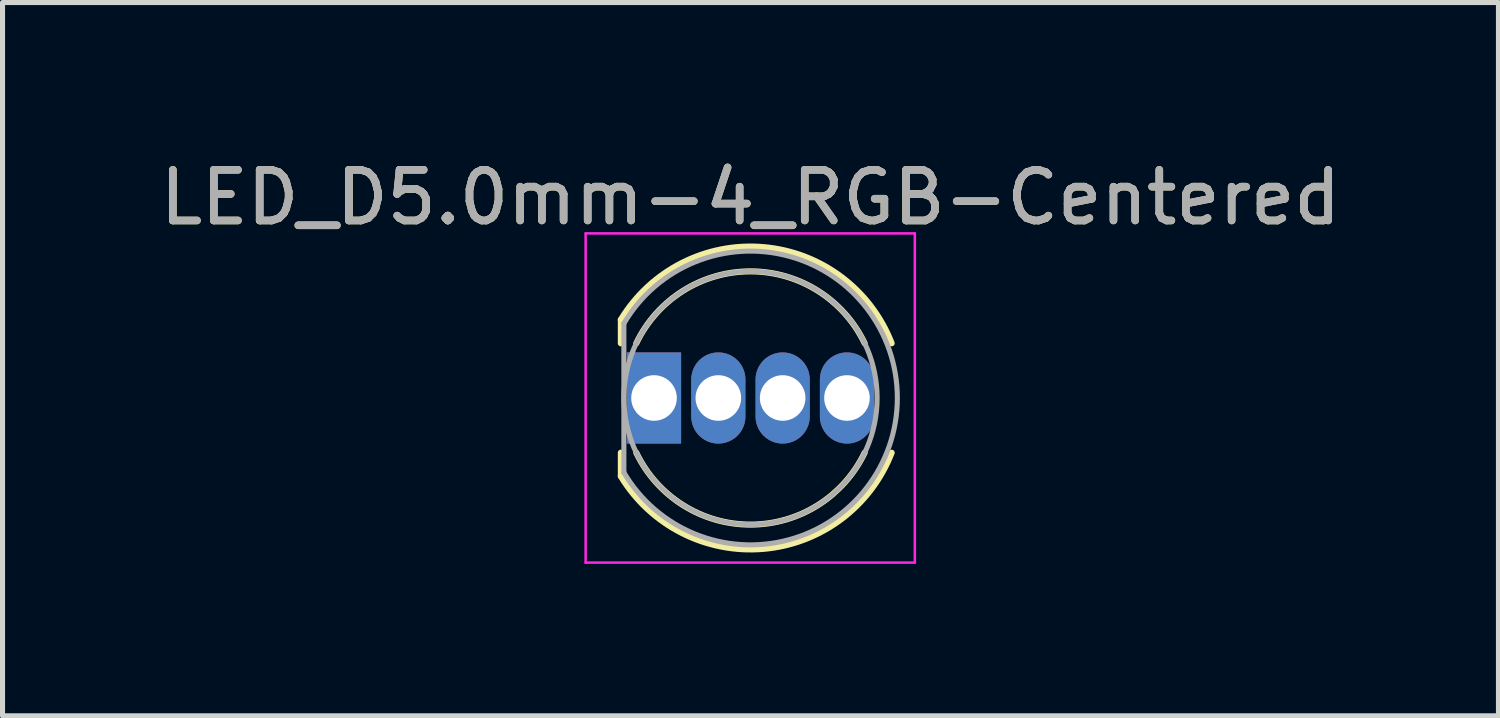
<source format=kicad_pcb>
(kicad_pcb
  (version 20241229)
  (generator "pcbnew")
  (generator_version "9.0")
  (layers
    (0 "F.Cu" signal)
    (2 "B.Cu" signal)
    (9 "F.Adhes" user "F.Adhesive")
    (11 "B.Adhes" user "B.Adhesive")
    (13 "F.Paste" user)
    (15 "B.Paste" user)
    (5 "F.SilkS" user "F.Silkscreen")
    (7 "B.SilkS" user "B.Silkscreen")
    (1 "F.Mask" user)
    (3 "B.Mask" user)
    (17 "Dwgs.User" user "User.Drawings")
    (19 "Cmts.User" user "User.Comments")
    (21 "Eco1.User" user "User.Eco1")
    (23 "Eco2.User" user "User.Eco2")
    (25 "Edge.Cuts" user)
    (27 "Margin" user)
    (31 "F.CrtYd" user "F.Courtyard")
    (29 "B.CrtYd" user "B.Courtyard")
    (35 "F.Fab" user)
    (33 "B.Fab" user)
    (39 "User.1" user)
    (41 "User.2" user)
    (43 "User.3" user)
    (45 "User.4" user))
  (footprint "LED_D5.0mm-4_RGB-Centered"
    (layer "F.Cu")
    (at 11.772 4.808)
    (property "Reference" "LED_D5.0mm-4_RGB-Centered" (at -0.004 -3.96 0) (layer "F.SilkS") (effects (font (size 1 1) (thickness 0.15))))
    (attr through_hole)
    (fp_line (start -2.564 -1.545) (end -2.564 -1.08) (stroke (width 0.12) (type solid)) (layer "F.SilkS"))
    (fp_line (start -2.564 1.08) (end -2.564 1.545) (stroke (width 0.12) (type solid)) (layer "F.SilkS"))
    (fp_arc (start -2.564479 -1.54483) (mid 0.253978 -2.978808) (end 2.783336 -1.080826) (stroke (width 0.12) (type solid)) (layer "F.SilkS"))
    (fp_arc (start -2.259163 -1.08) (mid -0.004717 -2.5) (end 2.25 -1.080429) (stroke (width 0.12) (type solid)) (layer "F.SilkS"))
    (fp_arc (start 2.25 1.080429) (mid -0.004717 2.5) (end -2.259163 1.08) (stroke (width 0.12) (type solid)) (layer "F.SilkS"))
    (fp_arc (start 2.783336 1.080827) (mid 0.253977 2.978808) (end -2.564479 1.54483) (stroke (width 0.12) (type solid)) (layer "F.SilkS"))
    (fp_line (start -3.259 -3.25) (end -3.259 3.25) (stroke (width 0.05) (type solid)) (layer "F.CrtYd"))
    (fp_line (start -3.259 3.25) (end 3.241 3.25) (stroke (width 0.05) (type solid)) (layer "F.CrtYd"))
    (fp_line (start 3.241 3.25) (end 3.241 -3.25) (stroke (width 0.05) (type solid)) (layer "F.CrtYd"))
    (fp_line (start 3.241 -3.25) (end -3.259 -3.25) (stroke (width 0.05) (type solid)) (layer "F.CrtYd"))
    (fp_line (start -2.504 -1.47) (end -2.504 1.47) (stroke (width 0.1) (type solid)) (layer "F.Fab"))
    (fp_arc (start -2.504479 -1.469695) (mid 2.895522 0.000016) (end -2.504494 1.469666) (stroke (width 0.1) (type solid)) (layer "F.Fab"))
    (fp_circle (center -0.004 0) (end 2.496 0) (stroke (width 0.1) (type solid)) (fill no) (layer "F.Fab"))
    (fp_text user "${REFERENCE}" (at -0.004 -3.96 0) (layer "F.Fab") (effects (font (size 1 1) (thickness 0.15))))
    (pad "1" thru_hole rect (at -1.909 0) (size 1.07 1.8) (drill 0.9) (layers "*.Cu" "*.Mask"))
    (pad "2" thru_hole oval (at -0.639 0) (size 1.07 1.8) (drill 0.9) (layers "*.Cu" "*.Mask"))
    (pad "3" thru_hole oval (at 0.631 -0.000001) (size 1.07 1.8) (drill 0.9) (layers "*.Cu" "*.Mask"))
    (pad "4" thru_hole oval (at 1.901 0.000001) (size 1.07 1.8) (drill 0.9) (layers "*.Cu" "*.Mask")))
  (gr_rect
    (start -3 -3)
    (end 26.536 11.083)
    (stroke (width 0.1) (type default))
    (fill no)
    (layer "Edge.Cuts")))
</source>
